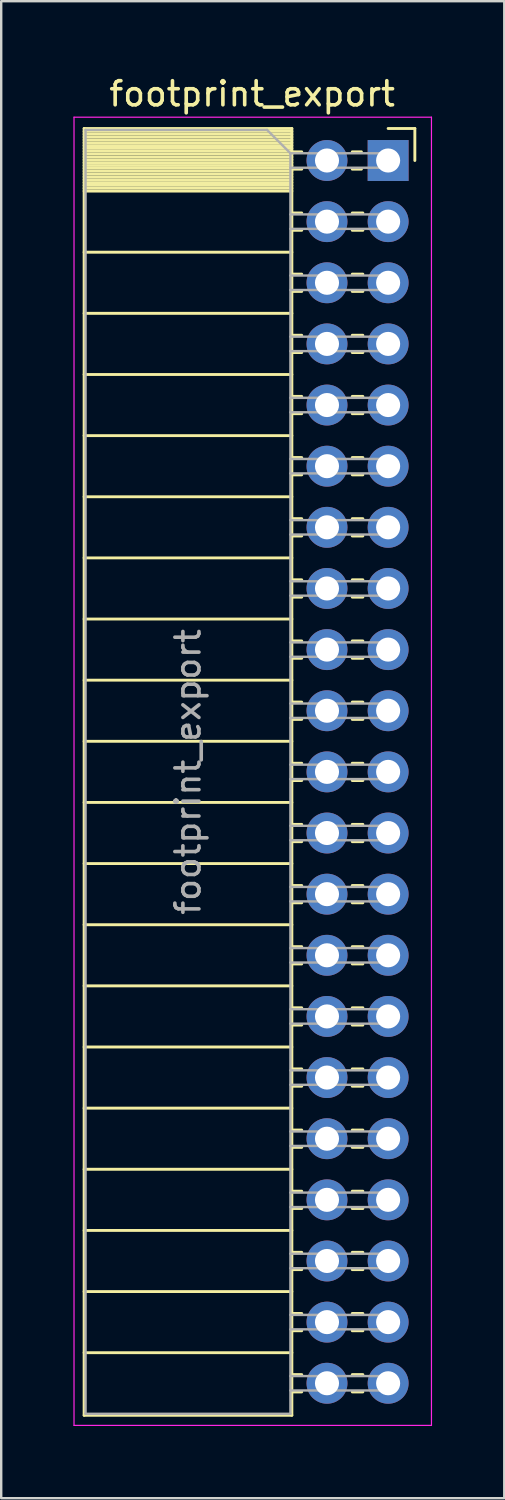
<source format=kicad_pcb>
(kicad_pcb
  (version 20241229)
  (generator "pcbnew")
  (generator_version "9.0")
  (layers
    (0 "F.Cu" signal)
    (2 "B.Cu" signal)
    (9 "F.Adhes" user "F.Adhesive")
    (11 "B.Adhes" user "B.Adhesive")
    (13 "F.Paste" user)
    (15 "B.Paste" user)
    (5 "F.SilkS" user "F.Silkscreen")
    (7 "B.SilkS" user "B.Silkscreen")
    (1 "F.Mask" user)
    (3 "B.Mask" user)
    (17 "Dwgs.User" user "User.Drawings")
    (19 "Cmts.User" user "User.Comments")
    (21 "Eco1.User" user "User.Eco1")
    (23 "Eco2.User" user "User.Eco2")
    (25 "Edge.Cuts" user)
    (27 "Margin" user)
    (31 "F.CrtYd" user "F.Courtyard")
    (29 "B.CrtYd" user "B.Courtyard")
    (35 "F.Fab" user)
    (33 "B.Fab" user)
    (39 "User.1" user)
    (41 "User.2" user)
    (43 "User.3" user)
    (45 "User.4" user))
  (footprint "footprint_export"
    (layer "F.Cu")
    (at 13.075 3.618)
    (property "Reference" "footprint_export" (at -5.65 -2.77 0) (layer "F.SilkS") (effects (font (size 1 1) (thickness 0.15))))
    (attr through_hole)
    (fp_line (start -12.63 -1.33) (end -12.63 52.13) (stroke (width 0.12) (type solid)) (layer "F.SilkS"))
    (fp_line (start -12.63 -1.33) (end -4 -1.33) (stroke (width 0.12) (type solid)) (layer "F.SilkS"))
    (fp_line (start -12.63 -1.21) (end -4 -1.21) (stroke (width 0.12) (type solid)) (layer "F.SilkS"))
    (fp_line (start -12.63 -1.092) (end -4 -1.092) (stroke (width 0.12) (type solid)) (layer "F.SilkS"))
    (fp_line (start -12.63 -0.974) (end -4 -0.974) (stroke (width 0.12) (type solid)) (layer "F.SilkS"))
    (fp_line (start -12.63 -0.856) (end -4 -0.856) (stroke (width 0.12) (type solid)) (layer "F.SilkS"))
    (fp_line (start -12.63 -0.738) (end -4 -0.738) (stroke (width 0.12) (type solid)) (layer "F.SilkS"))
    (fp_line (start -12.63 -0.62) (end -4 -0.62) (stroke (width 0.12) (type solid)) (layer "F.SilkS"))
    (fp_line (start -12.63 -0.501) (end -4 -0.501) (stroke (width 0.12) (type solid)) (layer "F.SilkS"))
    (fp_line (start -12.63 -0.383) (end -4 -0.383) (stroke (width 0.12) (type solid)) (layer "F.SilkS"))
    (fp_line (start -12.63 -0.265) (end -4 -0.265) (stroke (width 0.12) (type solid)) (layer "F.SilkS"))
    (fp_line (start -12.63 -0.147) (end -4 -0.147) (stroke (width 0.12) (type solid)) (layer "F.SilkS"))
    (fp_line (start -12.63 -0.029) (end -4 -0.029) (stroke (width 0.12) (type solid)) (layer "F.SilkS"))
    (fp_line (start -12.63 0.089) (end -4 0.089) (stroke (width 0.12) (type solid)) (layer "F.SilkS"))
    (fp_line (start -12.63 0.207) (end -4 0.207) (stroke (width 0.12) (type solid)) (layer "F.SilkS"))
    (fp_line (start -12.63 0.325) (end -4 0.325) (stroke (width 0.12) (type solid)) (layer "F.SilkS"))
    (fp_line (start -12.63 0.443) (end -4 0.443) (stroke (width 0.12) (type solid)) (layer "F.SilkS"))
    (fp_line (start -12.63 0.561) (end -4 0.561) (stroke (width 0.12) (type solid)) (layer "F.SilkS"))
    (fp_line (start -12.63 0.68) (end -4 0.68) (stroke (width 0.12) (type solid)) (layer "F.SilkS"))
    (fp_line (start -12.63 0.798) (end -4 0.798) (stroke (width 0.12) (type solid)) (layer "F.SilkS"))
    (fp_line (start -12.63 0.916) (end -4 0.916) (stroke (width 0.12) (type solid)) (layer "F.SilkS"))
    (fp_line (start -12.63 1.034) (end -4 1.034) (stroke (width 0.12) (type solid)) (layer "F.SilkS"))
    (fp_line (start -12.63 1.152) (end -4 1.152) (stroke (width 0.12) (type solid)) (layer "F.SilkS"))
    (fp_line (start -12.63 1.27) (end -4 1.27) (stroke (width 0.12) (type solid)) (layer "F.SilkS"))
    (fp_line (start -12.63 3.81) (end -4 3.81) (stroke (width 0.12) (type solid)) (layer "F.SilkS"))
    (fp_line (start -12.63 6.35) (end -4 6.35) (stroke (width 0.12) (type solid)) (layer "F.SilkS"))
    (fp_line (start -12.63 8.89) (end -4 8.89) (stroke (width 0.12) (type solid)) (layer "F.SilkS"))
    (fp_line (start -12.63 11.43) (end -4 11.43) (stroke (width 0.12) (type solid)) (layer "F.SilkS"))
    (fp_line (start -12.63 13.97) (end -4 13.97) (stroke (width 0.12) (type solid)) (layer "F.SilkS"))
    (fp_line (start -12.63 16.51) (end -4 16.51) (stroke (width 0.12) (type solid)) (layer "F.SilkS"))
    (fp_line (start -12.63 19.05) (end -4 19.05) (stroke (width 0.12) (type solid)) (layer "F.SilkS"))
    (fp_line (start -12.63 21.59) (end -4 21.59) (stroke (width 0.12) (type solid)) (layer "F.SilkS"))
    (fp_line (start -12.63 24.13) (end -4 24.13) (stroke (width 0.12) (type solid)) (layer "F.SilkS"))
    (fp_line (start -12.63 26.67) (end -4 26.67) (stroke (width 0.12) (type solid)) (layer "F.SilkS"))
    (fp_line (start -12.63 29.21) (end -4 29.21) (stroke (width 0.12) (type solid)) (layer "F.SilkS"))
    (fp_line (start -12.63 31.75) (end -4 31.75) (stroke (width 0.12) (type solid)) (layer "F.SilkS"))
    (fp_line (start -12.63 34.29) (end -4 34.29) (stroke (width 0.12) (type solid)) (layer "F.SilkS"))
    (fp_line (start -12.63 36.83) (end -4 36.83) (stroke (width 0.12) (type solid)) (layer "F.SilkS"))
    (fp_line (start -12.63 39.37) (end -4 39.37) (stroke (width 0.12) (type solid)) (layer "F.SilkS"))
    (fp_line (start -12.63 41.91) (end -4 41.91) (stroke (width 0.12) (type solid)) (layer "F.SilkS"))
    (fp_line (start -12.63 44.45) (end -4 44.45) (stroke (width 0.12) (type solid)) (layer "F.SilkS"))
    (fp_line (start -12.63 46.99) (end -4 46.99) (stroke (width 0.12) (type solid)) (layer "F.SilkS"))
    (fp_line (start -12.63 49.53) (end -4 49.53) (stroke (width 0.12) (type solid)) (layer "F.SilkS"))
    (fp_line (start -12.63 52.13) (end -4 52.13) (stroke (width 0.12) (type solid)) (layer "F.SilkS"))
    (fp_line (start -4 -1.33) (end -4 52.13) (stroke (width 0.12) (type solid)) (layer "F.SilkS"))
    (fp_line (start -4 -0.36) (end -3.59 -0.36) (stroke (width 0.12) (type solid)) (layer "F.SilkS"))
    (fp_line (start -4 0.36) (end -3.59 0.36) (stroke (width 0.12) (type solid)) (layer "F.SilkS"))
    (fp_line (start -4 2.18) (end -3.59 2.18) (stroke (width 0.12) (type solid)) (layer "F.SilkS"))
    (fp_line (start -4 2.9) (end -3.59 2.9) (stroke (width 0.12) (type solid)) (layer "F.SilkS"))
    (fp_line (start -4 4.72) (end -3.59 4.72) (stroke (width 0.12) (type solid)) (layer "F.SilkS"))
    (fp_line (start -4 5.44) (end -3.59 5.44) (stroke (width 0.12) (type solid)) (layer "F.SilkS"))
    (fp_line (start -4 7.26) (end -3.59 7.26) (stroke (width 0.12) (type solid)) (layer "F.SilkS"))
    (fp_line (start -4 7.98) (end -3.59 7.98) (stroke (width 0.12) (type solid)) (layer "F.SilkS"))
    (fp_line (start -4 9.8) (end -3.59 9.8) (stroke (width 0.12) (type solid)) (layer "F.SilkS"))
    (fp_line (start -4 10.52) (end -3.59 10.52) (stroke (width 0.12) (type solid)) (layer "F.SilkS"))
    (fp_line (start -4 12.34) (end -3.59 12.34) (stroke (width 0.12) (type solid)) (layer "F.SilkS"))
    (fp_line (start -4 13.06) (end -3.59 13.06) (stroke (width 0.12) (type solid)) (layer "F.SilkS"))
    (fp_line (start -4 14.88) (end -3.59 14.88) (stroke (width 0.12) (type solid)) (layer "F.SilkS"))
    (fp_line (start -4 15.6) (end -3.59 15.6) (stroke (width 0.12) (type solid)) (layer "F.SilkS"))
    (fp_line (start -4 17.42) (end -3.59 17.42) (stroke (width 0.12) (type solid)) (layer "F.SilkS"))
    (fp_line (start -4 18.14) (end -3.59 18.14) (stroke (width 0.12) (type solid)) (layer "F.SilkS"))
    (fp_line (start -4 19.96) (end -3.59 19.96) (stroke (width 0.12) (type solid)) (layer "F.SilkS"))
    (fp_line (start -4 20.68) (end -3.59 20.68) (stroke (width 0.12) (type solid)) (layer "F.SilkS"))
    (fp_line (start -4 22.5) (end -3.59 22.5) (stroke (width 0.12) (type solid)) (layer "F.SilkS"))
    (fp_line (start -4 23.22) (end -3.59 23.22) (stroke (width 0.12) (type solid)) (layer "F.SilkS"))
    (fp_line (start -4 25.04) (end -3.59 25.04) (stroke (width 0.12) (type solid)) (layer "F.SilkS"))
    (fp_line (start -4 25.76) (end -3.59 25.76) (stroke (width 0.12) (type solid)) (layer "F.SilkS"))
    (fp_line (start -4 27.58) (end -3.59 27.58) (stroke (width 0.12) (type solid)) (layer "F.SilkS"))
    (fp_line (start -4 28.3) (end -3.59 28.3) (stroke (width 0.12) (type solid)) (layer "F.SilkS"))
    (fp_line (start -4 30.12) (end -3.59 30.12) (stroke (width 0.12) (type solid)) (layer "F.SilkS"))
    (fp_line (start -4 30.84) (end -3.59 30.84) (stroke (width 0.12) (type solid)) (layer "F.SilkS"))
    (fp_line (start -4 32.66) (end -3.59 32.66) (stroke (width 0.12) (type solid)) (layer "F.SilkS"))
    (fp_line (start -4 33.38) (end -3.59 33.38) (stroke (width 0.12) (type solid)) (layer "F.SilkS"))
    (fp_line (start -4 35.2) (end -3.59 35.2) (stroke (width 0.12) (type solid)) (layer "F.SilkS"))
    (fp_line (start -4 35.92) (end -3.59 35.92) (stroke (width 0.12) (type solid)) (layer "F.SilkS"))
    (fp_line (start -4 37.74) (end -3.59 37.74) (stroke (width 0.12) (type solid)) (layer "F.SilkS"))
    (fp_line (start -4 38.46) (end -3.59 38.46) (stroke (width 0.12) (type solid)) (layer "F.SilkS"))
    (fp_line (start -4 40.28) (end -3.59 40.28) (stroke (width 0.12) (type solid)) (layer "F.SilkS"))
    (fp_line (start -4 41) (end -3.59 41) (stroke (width 0.12) (type solid)) (layer "F.SilkS"))
    (fp_line (start -4 42.82) (end -3.59 42.82) (stroke (width 0.12) (type solid)) (layer "F.SilkS"))
    (fp_line (start -4 43.54) (end -3.59 43.54) (stroke (width 0.12) (type solid)) (layer "F.SilkS"))
    (fp_line (start -4 45.36) (end -3.59 45.36) (stroke (width 0.12) (type solid)) (layer "F.SilkS"))
    (fp_line (start -4 46.08) (end -3.59 46.08) (stroke (width 0.12) (type solid)) (layer "F.SilkS"))
    (fp_line (start -4 47.9) (end -3.59 47.9) (stroke (width 0.12) (type solid)) (layer "F.SilkS"))
    (fp_line (start -4 48.62) (end -3.59 48.62) (stroke (width 0.12) (type solid)) (layer "F.SilkS"))
    (fp_line (start -4 50.44) (end -3.59 50.44) (stroke (width 0.12) (type solid)) (layer "F.SilkS"))
    (fp_line (start -4 51.16) (end -3.59 51.16) (stroke (width 0.12) (type solid)) (layer "F.SilkS"))
    (fp_line (start -1.49 -0.36) (end -1.11 -0.36) (stroke (width 0.12) (type solid)) (layer "F.SilkS"))
    (fp_line (start -1.49 0.36) (end -1.11 0.36) (stroke (width 0.12) (type solid)) (layer "F.SilkS"))
    (fp_line (start -1.49 2.18) (end -1.05 2.18) (stroke (width 0.12) (type solid)) (layer "F.SilkS"))
    (fp_line (start -1.49 2.9) (end -1.05 2.9) (stroke (width 0.12) (type solid)) (layer "F.SilkS"))
    (fp_line (start -1.49 4.72) (end -1.05 4.72) (stroke (width 0.12) (type solid)) (layer "F.SilkS"))
    (fp_line (start -1.49 5.44) (end -1.05 5.44) (stroke (width 0.12) (type solid)) (layer "F.SilkS"))
    (fp_line (start -1.49 7.26) (end -1.05 7.26) (stroke (width 0.12) (type solid)) (layer "F.SilkS"))
    (fp_line (start -1.49 7.98) (end -1.05 7.98) (stroke (width 0.12) (type solid)) (layer "F.SilkS"))
    (fp_line (start -1.49 9.8) (end -1.05 9.8) (stroke (width 0.12) (type solid)) (layer "F.SilkS"))
    (fp_line (start -1.49 10.52) (end -1.05 10.52) (stroke (width 0.12) (type solid)) (layer "F.SilkS"))
    (fp_line (start -1.49 12.34) (end -1.05 12.34) (stroke (width 0.12) (type solid)) (layer "F.SilkS"))
    (fp_line (start -1.49 13.06) (end -1.05 13.06) (stroke (width 0.12) (type solid)) (layer "F.SilkS"))
    (fp_line (start -1.49 14.88) (end -1.05 14.88) (stroke (width 0.12) (type solid)) (layer "F.SilkS"))
    (fp_line (start -1.49 15.6) (end -1.05 15.6) (stroke (width 0.12) (type solid)) (layer "F.SilkS"))
    (fp_line (start -1.49 17.42) (end -1.05 17.42) (stroke (width 0.12) (type solid)) (layer "F.SilkS"))
    (fp_line (start -1.49 18.14) (end -1.05 18.14) (stroke (width 0.12) (type solid)) (layer "F.SilkS"))
    (fp_line (start -1.49 19.96) (end -1.05 19.96) (stroke (width 0.12) (type solid)) (layer "F.SilkS"))
    (fp_line (start -1.49 20.68) (end -1.05 20.68) (stroke (width 0.12) (type solid)) (layer "F.SilkS"))
    (fp_line (start -1.49 22.5) (end -1.05 22.5) (stroke (width 0.12) (type solid)) (layer "F.SilkS"))
    (fp_line (start -1.49 23.22) (end -1.05 23.22) (stroke (width 0.12) (type solid)) (layer "F.SilkS"))
    (fp_line (start -1.49 25.04) (end -1.05 25.04) (stroke (width 0.12) (type solid)) (layer "F.SilkS"))
    (fp_line (start -1.49 25.76) (end -1.05 25.76) (stroke (width 0.12) (type solid)) (layer "F.SilkS"))
    (fp_line (start -1.49 27.58) (end -1.05 27.58) (stroke (width 0.12) (type solid)) (layer "F.SilkS"))
    (fp_line (start -1.49 28.3) (end -1.05 28.3) (stroke (width 0.12) (type solid)) (layer "F.SilkS"))
    (fp_line (start -1.49 30.12) (end -1.05 30.12) (stroke (width 0.12) (type solid)) (layer "F.SilkS"))
    (fp_line (start -1.49 30.84) (end -1.05 30.84) (stroke (width 0.12) (type solid)) (layer "F.SilkS"))
    (fp_line (start -1.49 32.66) (end -1.05 32.66) (stroke (width 0.12) (type solid)) (layer "F.SilkS"))
    (fp_line (start -1.49 33.38) (end -1.05 33.38) (stroke (width 0.12) (type solid)) (layer "F.SilkS"))
    (fp_line (start -1.49 35.2) (end -1.05 35.2) (stroke (width 0.12) (type solid)) (layer "F.SilkS"))
    (fp_line (start -1.49 35.92) (end -1.05 35.92) (stroke (width 0.12) (type solid)) (layer "F.SilkS"))
    (fp_line (start -1.49 37.74) (end -1.05 37.74) (stroke (width 0.12) (type solid)) (layer "F.SilkS"))
    (fp_line (start -1.49 38.46) (end -1.05 38.46) (stroke (width 0.12) (type solid)) (layer "F.SilkS"))
    (fp_line (start -1.49 40.28) (end -1.05 40.28) (stroke (width 0.12) (type solid)) (layer "F.SilkS"))
    (fp_line (start -1.49 41) (end -1.05 41) (stroke (width 0.12) (type solid)) (layer "F.SilkS"))
    (fp_line (start -1.49 42.82) (end -1.05 42.82) (stroke (width 0.12) (type solid)) (layer "F.SilkS"))
    (fp_line (start -1.49 43.54) (end -1.05 43.54) (stroke (width 0.12) (type solid)) (layer "F.SilkS"))
    (fp_line (start -1.49 45.36) (end -1.05 45.36) (stroke (width 0.12) (type solid)) (layer "F.SilkS"))
    (fp_line (start -1.49 46.08) (end -1.05 46.08) (stroke (width 0.12) (type solid)) (layer "F.SilkS"))
    (fp_line (start -1.49 47.9) (end -1.05 47.9) (stroke (width 0.12) (type solid)) (layer "F.SilkS"))
    (fp_line (start -1.49 48.62) (end -1.05 48.62) (stroke (width 0.12) (type solid)) (layer "F.SilkS"))
    (fp_line (start -1.49 50.44) (end -1.05 50.44) (stroke (width 0.12) (type solid)) (layer "F.SilkS"))
    (fp_line (start -1.49 51.16) (end -1.05 51.16) (stroke (width 0.12) (type solid)) (layer "F.SilkS"))
    (fp_line (start 0 -1.33) (end 1.11 -1.33) (stroke (width 0.12) (type solid)) (layer "F.SilkS"))
    (fp_line (start 1.11 -1.33) (end 1.11 0) (stroke (width 0.12) (type solid)) (layer "F.SilkS"))
    (fp_line (start -13.05 -1.8) (end -13.05 52.55) (stroke (width 0.05) (type solid)) (layer "F.CrtYd"))
    (fp_line (start -13.05 52.55) (end 1.8 52.55) (stroke (width 0.05) (type solid)) (layer "F.CrtYd"))
    (fp_line (start 1.8 -1.8) (end -13.05 -1.8) (stroke (width 0.05) (type solid)) (layer "F.CrtYd"))
    (fp_line (start 1.8 52.55) (end 1.8 -1.8) (stroke (width 0.05) (type solid)) (layer "F.CrtYd"))
    (fp_line (start -12.57 -1.27) (end -5.03 -1.27) (stroke (width 0.1) (type solid)) (layer "F.Fab"))
    (fp_line (start -12.57 52.07) (end -12.57 -1.27) (stroke (width 0.1) (type solid)) (layer "F.Fab"))
    (fp_line (start -5.03 -1.27) (end -4.06 -0.3) (stroke (width 0.1) (type solid)) (layer "F.Fab"))
    (fp_line (start -4.06 -0.3) (end -4.06 52.07) (stroke (width 0.1) (type solid)) (layer "F.Fab"))
    (fp_line (start -4.06 0.3) (end 0 0.3) (stroke (width 0.1) (type solid)) (layer "F.Fab"))
    (fp_line (start -4.06 2.84) (end 0 2.84) (stroke (width 0.1) (type solid)) (layer "F.Fab"))
    (fp_line (start -4.06 5.38) (end 0 5.38) (stroke (width 0.1) (type solid)) (layer "F.Fab"))
    (fp_line (start -4.06 7.92) (end 0 7.92) (stroke (width 0.1) (type solid)) (layer "F.Fab"))
    (fp_line (start -4.06 10.46) (end 0 10.46) (stroke (width 0.1) (type solid)) (layer "F.Fab"))
    (fp_line (start -4.06 13) (end 0 13) (stroke (width 0.1) (type solid)) (layer "F.Fab"))
    (fp_line (start -4.06 15.54) (end 0 15.54) (stroke (width 0.1) (type solid)) (layer "F.Fab"))
    (fp_line (start -4.06 18.08) (end 0 18.08) (stroke (width 0.1) (type solid)) (layer "F.Fab"))
    (fp_line (start -4.06 20.62) (end 0 20.62) (stroke (width 0.1) (type solid)) (layer "F.Fab"))
    (fp_line (start -4.06 23.16) (end 0 23.16) (stroke (width 0.1) (type solid)) (layer "F.Fab"))
    (fp_line (start -4.06 25.7) (end 0 25.7) (stroke (width 0.1) (type solid)) (layer "F.Fab"))
    (fp_line (start -4.06 28.24) (end 0 28.24) (stroke (width 0.1) (type solid)) (layer "F.Fab"))
    (fp_line (start -4.06 30.78) (end 0 30.78) (stroke (width 0.1) (type solid)) (layer "F.Fab"))
    (fp_line (start -4.06 33.32) (end 0 33.32) (stroke (width 0.1) (type solid)) (layer "F.Fab"))
    (fp_line (start -4.06 35.86) (end 0 35.86) (stroke (width 0.1) (type solid)) (layer "F.Fab"))
    (fp_line (start -4.06 38.4) (end 0 38.4) (stroke (width 0.1) (type solid)) (layer "F.Fab"))
    (fp_line (start -4.06 40.94) (end 0 40.94) (stroke (width 0.1) (type solid)) (layer "F.Fab"))
    (fp_line (start -4.06 43.48) (end 0 43.48) (stroke (width 0.1) (type solid)) (layer "F.Fab"))
    (fp_line (start -4.06 46.02) (end 0 46.02) (stroke (width 0.1) (type solid)) (layer "F.Fab"))
    (fp_line (start -4.06 48.56) (end 0 48.56) (stroke (width 0.1) (type solid)) (layer "F.Fab"))
    (fp_line (start -4.06 51.1) (end 0 51.1) (stroke (width 0.1) (type solid)) (layer "F.Fab"))
    (fp_line (start -4.06 52.07) (end -12.57 52.07) (stroke (width 0.1) (type solid)) (layer "F.Fab"))
    (fp_line (start 0 -0.3) (end -4.06 -0.3) (stroke (width 0.1) (type solid)) (layer "F.Fab"))
    (fp_line (start 0 0.3) (end 0 -0.3) (stroke (width 0.1) (type solid)) (layer "F.Fab"))
    (fp_line (start 0 2.24) (end -4.06 2.24) (stroke (width 0.1) (type solid)) (layer "F.Fab"))
    (fp_line (start 0 2.84) (end 0 2.24) (stroke (width 0.1) (type solid)) (layer "F.Fab"))
    (fp_line (start 0 4.78) (end -4.06 4.78) (stroke (width 0.1) (type solid)) (layer "F.Fab"))
    (fp_line (start 0 5.38) (end 0 4.78) (stroke (width 0.1) (type solid)) (layer "F.Fab"))
    (fp_line (start 0 7.32) (end -4.06 7.32) (stroke (width 0.1) (type solid)) (layer "F.Fab"))
    (fp_line (start 0 7.92) (end 0 7.32) (stroke (width 0.1) (type solid)) (layer "F.Fab"))
    (fp_line (start 0 9.86) (end -4.06 9.86) (stroke (width 0.1) (type solid)) (layer "F.Fab"))
    (fp_line (start 0 10.46) (end 0 9.86) (stroke (width 0.1) (type solid)) (layer "F.Fab"))
    (fp_line (start 0 12.4) (end -4.06 12.4) (stroke (width 0.1) (type solid)) (layer "F.Fab"))
    (fp_line (start 0 13) (end 0 12.4) (stroke (width 0.1) (type solid)) (layer "F.Fab"))
    (fp_line (start 0 14.94) (end -4.06 14.94) (stroke (width 0.1) (type solid)) (layer "F.Fab"))
    (fp_line (start 0 15.54) (end 0 14.94) (stroke (width 0.1) (type solid)) (layer "F.Fab"))
    (fp_line (start 0 17.48) (end -4.06 17.48) (stroke (width 0.1) (type solid)) (layer "F.Fab"))
    (fp_line (start 0 18.08) (end 0 17.48) (stroke (width 0.1) (type solid)) (layer "F.Fab"))
    (fp_line (start 0 20.02) (end -4.06 20.02) (stroke (width 0.1) (type solid)) (layer "F.Fab"))
    (fp_line (start 0 20.62) (end 0 20.02) (stroke (width 0.1) (type solid)) (layer "F.Fab"))
    (fp_line (start 0 22.56) (end -4.06 22.56) (stroke (width 0.1) (type solid)) (layer "F.Fab"))
    (fp_line (start 0 23.16) (end 0 22.56) (stroke (width 0.1) (type solid)) (layer "F.Fab"))
    (fp_line (start 0 25.1) (end -4.06 25.1) (stroke (width 0.1) (type solid)) (layer "F.Fab"))
    (fp_line (start 0 25.7) (end 0 25.1) (stroke (width 0.1) (type solid)) (layer "F.Fab"))
    (fp_line (start 0 27.64) (end -4.06 27.64) (stroke (width 0.1) (type solid)) (layer "F.Fab"))
    (fp_line (start 0 28.24) (end 0 27.64) (stroke (width 0.1) (type solid)) (layer "F.Fab"))
    (fp_line (start 0 30.18) (end -4.06 30.18) (stroke (width 0.1) (type solid)) (layer "F.Fab"))
    (fp_line (start 0 30.78) (end 0 30.18) (stroke (width 0.1) (type solid)) (layer "F.Fab"))
    (fp_line (start 0 32.72) (end -4.06 32.72) (stroke (width 0.1) (type solid)) (layer "F.Fab"))
    (fp_line (start 0 33.32) (end 0 32.72) (stroke (width 0.1) (type solid)) (layer "F.Fab"))
    (fp_line (start 0 35.26) (end -4.06 35.26) (stroke (width 0.1) (type solid)) (layer "F.Fab"))
    (fp_line (start 0 35.86) (end 0 35.26) (stroke (width 0.1) (type solid)) (layer "F.Fab"))
    (fp_line (start 0 37.8) (end -4.06 37.8) (stroke (width 0.1) (type solid)) (layer "F.Fab"))
    (fp_line (start 0 38.4) (end 0 37.8) (stroke (width 0.1) (type solid)) (layer "F.Fab"))
    (fp_line (start 0 40.34) (end -4.06 40.34) (stroke (width 0.1) (type solid)) (layer "F.Fab"))
    (fp_line (start 0 40.94) (end 0 40.34) (stroke (width 0.1) (type solid)) (layer "F.Fab"))
    (fp_line (start 0 42.88) (end -4.06 42.88) (stroke (width 0.1) (type solid)) (layer "F.Fab"))
    (fp_line (start 0 43.48) (end 0 42.88) (stroke (width 0.1) (type solid)) (layer "F.Fab"))
    (fp_line (start 0 45.42) (end -4.06 45.42) (stroke (width 0.1) (type solid)) (layer "F.Fab"))
    (fp_line (start 0 46.02) (end 0 45.42) (stroke (width 0.1) (type solid)) (layer "F.Fab"))
    (fp_line (start 0 47.96) (end -4.06 47.96) (stroke (width 0.1) (type solid)) (layer "F.Fab"))
    (fp_line (start 0 48.56) (end 0 47.96) (stroke (width 0.1) (type solid)) (layer "F.Fab"))
    (fp_line (start 0 50.5) (end -4.06 50.5) (stroke (width 0.1) (type solid)) (layer "F.Fab"))
    (fp_line (start 0 51.1) (end 0 50.5) (stroke (width 0.1) (type solid)) (layer "F.Fab"))
    (fp_text user "${REFERENCE}" (at -8.315 25.4 90) (layer "F.Fab") (effects (font (size 1 1) (thickness 0.15))))
    (pad "1" thru_hole rect (at 0 0) (size 1.7 1.7) (drill 1) (layers "*.Cu" "*.Mask"))
    (pad "2" thru_hole oval (at -2.54 0) (size 1.7 1.7) (drill 1) (layers "*.Cu" "*.Mask"))
    (pad "3" thru_hole oval (at 0 2.54) (size 1.7 1.7) (drill 1) (layers "*.Cu" "*.Mask"))
    (pad "4" thru_hole oval (at -2.54 2.54) (size 1.7 1.7) (drill 1) (layers "*.Cu" "*.Mask"))
    (pad "5" thru_hole oval (at 0 5.08) (size 1.7 1.7) (drill 1) (layers "*.Cu" "*.Mask"))
    (pad "6" thru_hole oval (at -2.54 5.08) (size 1.7 1.7) (drill 1) (layers "*.Cu" "*.Mask"))
    (pad "7" thru_hole oval (at 0 7.62) (size 1.7 1.7) (drill 1) (layers "*.Cu" "*.Mask"))
    (pad "8" thru_hole oval (at -2.54 7.62) (size 1.7 1.7) (drill 1) (layers "*.Cu" "*.Mask"))
    (pad "9" thru_hole oval (at 0 10.16) (size 1.7 1.7) (drill 1) (layers "*.Cu" "*.Mask"))
    (pad "10" thru_hole oval (at -2.54 10.16) (size 1.7 1.7) (drill 1) (layers "*.Cu" "*.Mask"))
    (pad "11" thru_hole oval (at 0 12.7) (size 1.7 1.7) (drill 1) (layers "*.Cu" "*.Mask"))
    (pad "12" thru_hole oval (at -2.54 12.7) (size 1.7 1.7) (drill 1) (layers "*.Cu" "*.Mask"))
    (pad "13" thru_hole oval (at 0 15.24) (size 1.7 1.7) (drill 1) (layers "*.Cu" "*.Mask"))
    (pad "14" thru_hole oval (at -2.54 15.24) (size 1.7 1.7) (drill 1) (layers "*.Cu" "*.Mask"))
    (pad "15" thru_hole oval (at 0 17.78) (size 1.7 1.7) (drill 1) (layers "*.Cu" "*.Mask"))
    (pad "16" thru_hole oval (at -2.54 17.78) (size 1.7 1.7) (drill 1) (layers "*.Cu" "*.Mask"))
    (pad "17" thru_hole oval (at 0 20.32) (size 1.7 1.7) (drill 1) (layers "*.Cu" "*.Mask"))
    (pad "18" thru_hole oval (at -2.54 20.32) (size 1.7 1.7) (drill 1) (layers "*.Cu" "*.Mask"))
    (pad "19" thru_hole oval (at 0 22.86) (size 1.7 1.7) (drill 1) (layers "*.Cu" "*.Mask"))
    (pad "20" thru_hole oval (at -2.54 22.86) (size 1.7 1.7) (drill 1) (layers "*.Cu" "*.Mask"))
    (pad "21" thru_hole oval (at 0 25.4) (size 1.7 1.7) (drill 1) (layers "*.Cu" "*.Mask"))
    (pad "22" thru_hole oval (at -2.54 25.4) (size 1.7 1.7) (drill 1) (layers "*.Cu" "*.Mask"))
    (pad "23" thru_hole oval (at 0 27.94) (size 1.7 1.7) (drill 1) (layers "*.Cu" "*.Mask"))
    (pad "24" thru_hole oval (at -2.54 27.94) (size 1.7 1.7) (drill 1) (layers "*.Cu" "*.Mask"))
    (pad "25" thru_hole oval (at 0 30.48) (size 1.7 1.7) (drill 1) (layers "*.Cu" "*.Mask"))
    (pad "26" thru_hole oval (at -2.54 30.48) (size 1.7 1.7) (drill 1) (layers "*.Cu" "*.Mask"))
    (pad "27" thru_hole oval (at 0 33.02) (size 1.7 1.7) (drill 1) (layers "*.Cu" "*.Mask"))
    (pad "28" thru_hole oval (at -2.54 33.02) (size 1.7 1.7) (drill 1) (layers "*.Cu" "*.Mask"))
    (pad "29" thru_hole oval (at 0 35.56) (size 1.7 1.7) (drill 1) (layers "*.Cu" "*.Mask"))
    (pad "30" thru_hole oval (at -2.54 35.56) (size 1.7 1.7) (drill 1) (layers "*.Cu" "*.Mask"))
    (pad "31" thru_hole oval (at 0 38.1) (size 1.7 1.7) (drill 1) (layers "*.Cu" "*.Mask"))
    (pad "32" thru_hole oval (at -2.54 38.1) (size 1.7 1.7) (drill 1) (layers "*.Cu" "*.Mask"))
    (pad "33" thru_hole oval (at 0 40.64) (size 1.7 1.7) (drill 1) (layers "*.Cu" "*.Mask"))
    (pad "34" thru_hole oval (at -2.54 40.64) (size 1.7 1.7) (drill 1) (layers "*.Cu" "*.Mask"))
    (pad "35" thru_hole oval (at 0 43.18) (size 1.7 1.7) (drill 1) (layers "*.Cu" "*.Mask"))
    (pad "36" thru_hole oval (at -2.54 43.18) (size 1.7 1.7) (drill 1) (layers "*.Cu" "*.Mask"))
    (pad "37" thru_hole oval (at 0 45.72) (size 1.7 1.7) (drill 1) (layers "*.Cu" "*.Mask"))
    (pad "38" thru_hole oval (at -2.54 45.72) (size 1.7 1.7) (drill 1) (layers "*.Cu" "*.Mask"))
    (pad "39" thru_hole oval (at 0 48.26) (size 1.7 1.7) (drill 1) (layers "*.Cu" "*.Mask"))
    (pad "40" thru_hole oval (at -2.54 48.26) (size 1.7 1.7) (drill 1) (layers "*.Cu" "*.Mask"))
    (pad "41" thru_hole oval (at 0 50.8) (size 1.7 1.7) (drill 1) (layers "*.Cu" "*.Mask"))
    (pad "42" thru_hole oval (at -2.54 50.8) (size 1.7 1.7) (drill 1) (layers "*.Cu" "*.Mask")))
  (gr_rect
    (start -3 -3)
    (end 17.9 59.193)
    (stroke (width 0.1) (type default))
    (fill no)
    (layer "Edge.Cuts")))
</source>
